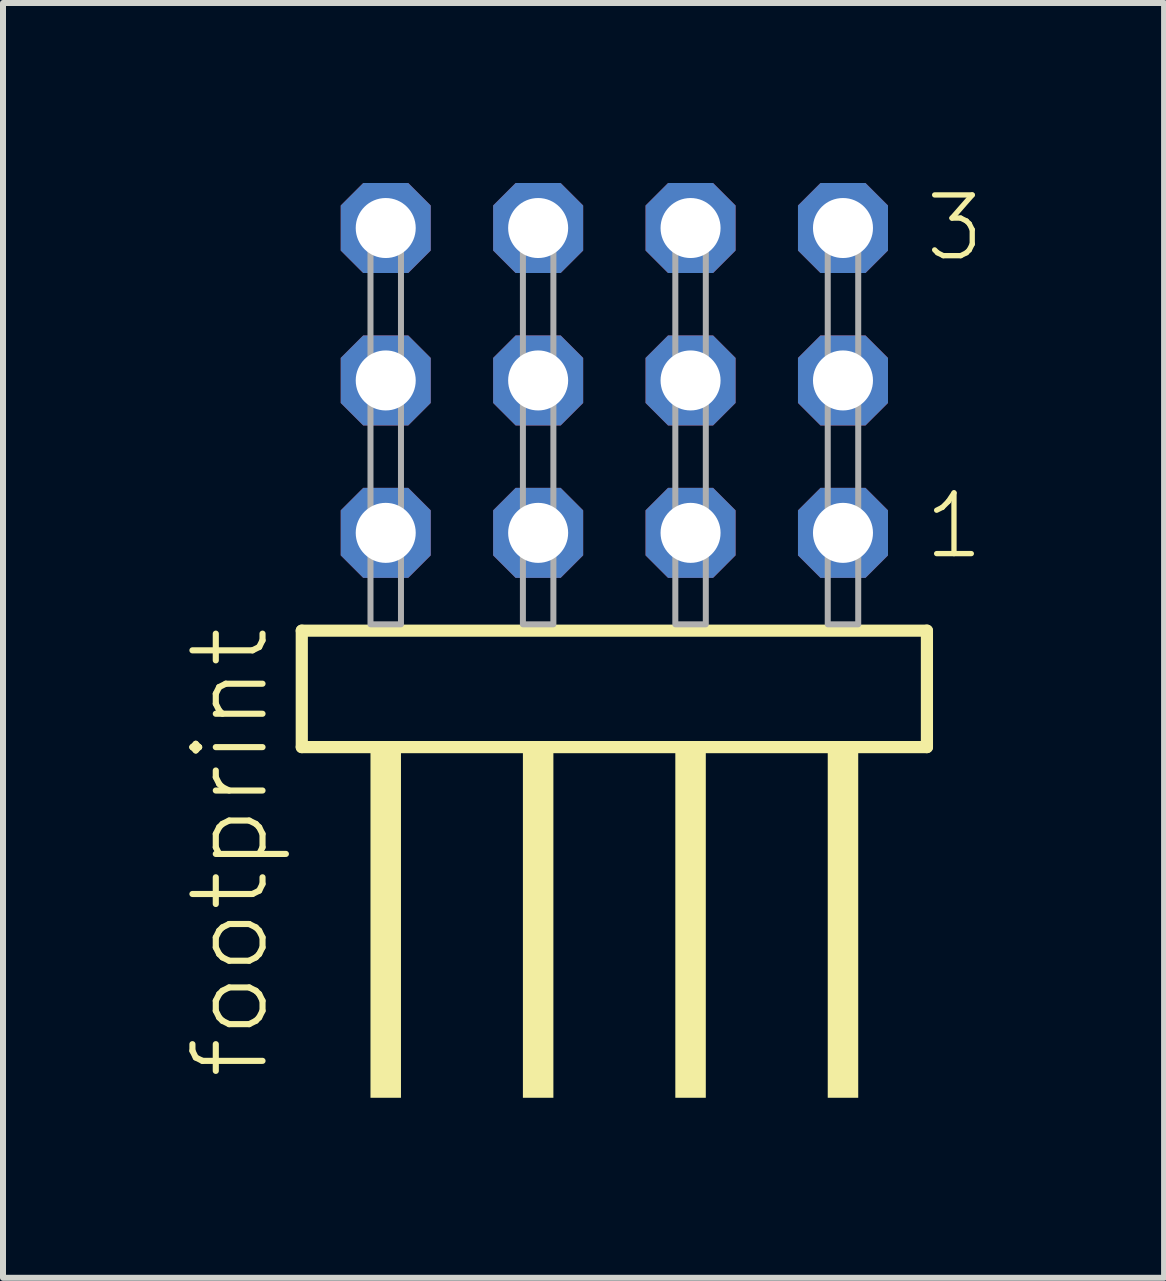
<source format=kicad_pcb>
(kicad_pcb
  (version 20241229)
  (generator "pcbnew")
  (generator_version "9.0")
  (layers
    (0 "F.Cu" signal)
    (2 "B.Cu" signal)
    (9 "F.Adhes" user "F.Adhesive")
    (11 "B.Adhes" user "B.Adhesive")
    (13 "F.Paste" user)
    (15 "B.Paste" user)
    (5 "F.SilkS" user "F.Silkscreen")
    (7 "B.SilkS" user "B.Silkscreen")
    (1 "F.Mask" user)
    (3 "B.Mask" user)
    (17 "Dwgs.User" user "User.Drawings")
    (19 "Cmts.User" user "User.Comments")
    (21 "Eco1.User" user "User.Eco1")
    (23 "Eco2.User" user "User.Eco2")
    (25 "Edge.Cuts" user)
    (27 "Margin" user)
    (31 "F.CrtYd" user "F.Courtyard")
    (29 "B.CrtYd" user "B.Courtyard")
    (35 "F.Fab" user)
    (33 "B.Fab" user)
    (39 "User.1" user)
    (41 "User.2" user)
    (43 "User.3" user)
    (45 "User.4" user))
  (footprint "footprint"
    (layer "F.Cu")
    (at 7.188 7.354)
    (property "Reference" "footprint" (at -5.715 7.62 90) (layer "F.SilkS") (effects (font (size 1.168 1.168) (thickness 0.102)) (justify left bottom)))
    (fp_line (start -5.209 0.106) (end -5.209 2.046) (stroke (width 0.203) (type solid)) (layer "F.SilkS"))
    (fp_line (start -5.209 2.046) (end 5.209 2.046) (stroke (width 0.203) (type solid)) (layer "F.SilkS"))
    (fp_line (start 5.209 0.106) (end -5.209 0.106) (stroke (width 0.203) (type solid)) (layer "F.SilkS"))
    (fp_line (start 5.209 2.046) (end 5.209 0.106) (stroke (width 0.203) (type solid)) (layer "F.SilkS"))
    (fp_poly (pts (xy -4.064 7.89) (xy -3.556 7.89) (xy -3.556 2.04) (xy -4.064 2.04)) (stroke (width 0) (type solid)) (fill yes) (layer "F.SilkS"))
    (fp_poly (pts (xy -1.524 7.89) (xy -1.016 7.89) (xy -1.016 2.04) (xy -1.524 2.04)) (stroke (width 0) (type solid)) (fill yes) (layer "F.SilkS"))
    (fp_poly (pts (xy 1.016 7.89) (xy 1.524 7.89) (xy 1.524 2.04) (xy 1.016 2.04)) (stroke (width 0) (type solid)) (fill yes) (layer "F.SilkS"))
    (fp_poly (pts (xy 3.556 7.89) (xy 4.064 7.89) (xy 4.064 2.04) (xy 3.556 2.04)) (stroke (width 0) (type solid)) (fill yes) (layer "F.SilkS"))
    (fp_poly (pts (xy -4.064 0) (xy -3.556 0) (xy -3.556 -6.858) (xy -4.064 -6.858)) (stroke (width 0.1) (type solid)) (fill no) (layer "F.Fab"))
    (fp_poly (pts (xy -1.524 0) (xy -1.016 0) (xy -1.016 -6.858) (xy -1.524 -6.858)) (stroke (width 0.1) (type solid)) (fill no) (layer "F.Fab"))
    (fp_poly (pts (xy 1.016 0) (xy 1.524 0) (xy 1.524 -6.858) (xy 1.016 -6.858)) (stroke (width 0.1) (type solid)) (fill no) (layer "F.Fab"))
    (fp_poly (pts (xy 3.556 0) (xy 4.064 0) (xy 4.064 -6.858) (xy 3.556 -6.858)) (stroke (width 0.1) (type solid)) (fill no) (layer "F.Fab"))
    (fp_text user "1" (at 5.12 -1.05 0) (layer "F.SilkS") (effects (font (size 1.012 1.012) (thickness 0.088)) (justify left bottom)))
    (fp_text user "3" (at 5.135 -6.015 0) (layer "F.SilkS") (effects (font (size 1.012 1.012) (thickness 0.088)) (justify left bottom)))
    (pad "1" thru_hole roundrect (at 3.81 -1.524 180) (size 1.5 1.5) (drill 1) (layers "*.Cu" "*.Mask") (roundrect_rratio 0.25) (chamfer_ratio 0.25) (chamfer top_left top_right bottom_left bottom_right))
    (pad "2" thru_hole roundrect (at 3.81 -4.064 180) (size 1.5 1.5) (drill 1) (layers "*.Cu" "*.Mask") (roundrect_rratio 0.25) (chamfer_ratio 0.25) (chamfer top_left top_right bottom_left bottom_right))
    (pad "3" thru_hole roundrect (at 3.81 -6.604 180) (size 1.5 1.5) (drill 1) (layers "*.Cu" "*.Mask") (roundrect_rratio 0.25) (chamfer_ratio 0.25) (chamfer top_left top_right bottom_left bottom_right))
    (pad "4" thru_hole roundrect (at 1.27 -1.524 180) (size 1.5 1.5) (drill 1) (layers "*.Cu" "*.Mask") (roundrect_rratio 0.25) (chamfer_ratio 0.25) (chamfer top_left top_right bottom_left bottom_right))
    (pad "5" thru_hole roundrect (at 1.27 -4.064 180) (size 1.5 1.5) (drill 1) (layers "*.Cu" "*.Mask") (roundrect_rratio 0.25) (chamfer_ratio 0.25) (chamfer top_left top_right bottom_left bottom_right))
    (pad "6" thru_hole roundrect (at 1.27 -6.604 180) (size 1.5 1.5) (drill 1) (layers "*.Cu" "*.Mask") (roundrect_rratio 0.25) (chamfer_ratio 0.25) (chamfer top_left top_right bottom_left bottom_right))
    (pad "7" thru_hole roundrect (at -1.27 -1.524 180) (size 1.5 1.5) (drill 1) (layers "*.Cu" "*.Mask") (roundrect_rratio 0.25) (chamfer_ratio 0.25) (chamfer top_left top_right bottom_left bottom_right))
    (pad "8" thru_hole roundrect (at -1.27 -4.064 180) (size 1.5 1.5) (drill 1) (layers "*.Cu" "*.Mask") (roundrect_rratio 0.25) (chamfer_ratio 0.25) (chamfer top_left top_right bottom_left bottom_right))
    (pad "9" thru_hole roundrect (at -1.27 -6.604 180) (size 1.5 1.5) (drill 1) (layers "*.Cu" "*.Mask") (roundrect_rratio 0.25) (chamfer_ratio 0.25) (chamfer top_left top_right bottom_left bottom_right))
    (pad "10" thru_hole roundrect (at -3.81 -1.524 180) (size 1.5 1.5) (drill 1) (layers "*.Cu" "*.Mask") (roundrect_rratio 0.25) (chamfer_ratio 0.25) (chamfer top_left top_right bottom_left bottom_right))
    (pad "11" thru_hole roundrect (at -3.81 -4.064 180) (size 1.5 1.5) (drill 1) (layers "*.Cu" "*.Mask") (roundrect_rratio 0.25) (chamfer_ratio 0.25) (chamfer top_left top_right bottom_left bottom_right))
    (pad "12" thru_hole roundrect (at -3.81 -6.604 180) (size 1.5 1.5) (drill 1) (layers "*.Cu" "*.Mask") (roundrect_rratio 0.25) (chamfer_ratio 0.25) (chamfer top_left top_right bottom_left bottom_right)))
  (gr_rect
    (start -3 -3)
    (end 16.349 18.244)
    (stroke (width 0.1) (type default))
    (fill no)
    (layer "Edge.Cuts")))
</source>
